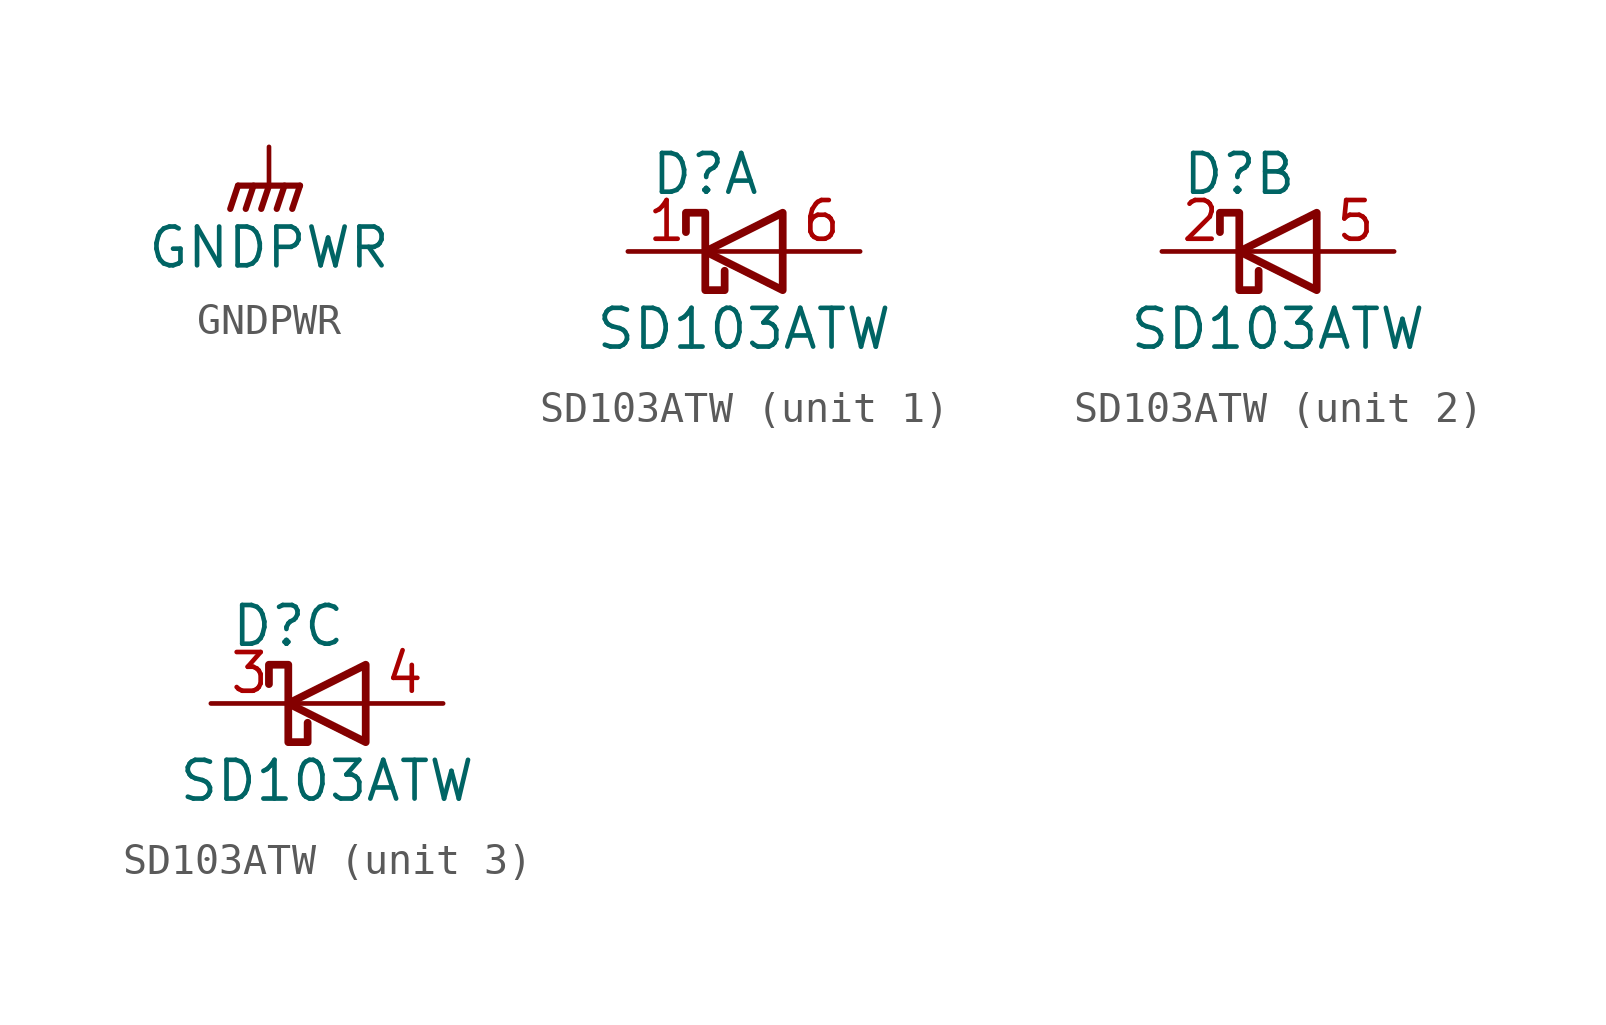
<source format=kicad_sym>
(kicad_symbol_lib
  (version 20231120)
  (generator "kicad_symbol_editor")
  (generator_version "8.0")
  (symbol "GNDPWR"
    (power)
    (pin_names
      (offset 0))
    (property "Reference" "#PWR"
      (at 0 -5.08 0)
      (effects (font (size 1.27 1.27)) (hide yes)))
    (property "Value" "GNDPWR"
      (at 0 -3.302 0)
      (effects (font (size 1.27 1.27))))
    (symbol "GNDPWR_0_1"
      (polyline (pts (xy 0 -1.27) (xy 0 0)) (stroke (width 0) (type default)) (fill (type none)))
      (polyline (pts (xy -1.016 -1.27) (xy -1.27 -2.032) (xy -1.27 -2.032)) (stroke (width 0.203) (type default)) (fill (type none)))
      (polyline (pts (xy -0.508 -1.27) (xy -0.762 -2.032) (xy -0.762 -2.032)) (stroke (width 0.203) (type default)) (fill (type none)))
      (polyline (pts (xy 0 -1.27) (xy -0.254 -2.032) (xy -0.254 -2.032)) (stroke (width 0.203) (type default)) (fill (type none)))
      (polyline (pts (xy 0.508 -1.27) (xy 0.254 -2.032) (xy 0.254 -2.032)) (stroke (width 0.203) (type default)) (fill (type none)))
      (polyline (pts (xy 1.016 -1.27) (xy -1.016 -1.27) (xy -1.016 -1.27)) (stroke (width 0.203) (type default)) (fill (type none)))
      (polyline (pts (xy 1.016 -1.27) (xy 0.762 -2.032) (xy 0.762 -2.032) (xy 0.762 -2.032)) (stroke (width 0.203) (type default)) (fill (type none))))
    (symbol "GNDPWR_1_1"
      (pin power_in line (at 0 0 270) (length 0) hide (name "GNDPWR" (effects (font (size 1.27 1.27)))) (number "1" (effects (font (size 1.27 1.27)))))))
  (symbol "SD103ATW"
    (pin_names hide)
    (property "Reference" "D"
      (at -1.27 2.54 0)
      (effects (font (size 1.27 1.27))))
    (property "Value" "SD103ATW"
      (at 0 -2.54 0)
      (effects (font (size 1.27 1.27))))
    (symbol "SD103ATW_0_1"
      (polyline (pts (xy 1.27 0) (xy -1.27 0)) (stroke (width 0) (type default)) (fill (type none)))
      (polyline (pts (xy 1.27 1.27) (xy 1.27 -1.27) (xy -1.27 0) (xy 1.27 1.27)) (stroke (width 0.254) (type default)) (fill (type none)))
      (polyline (pts (xy -1.905 0.635) (xy -1.905 1.27) (xy -1.27 1.27) (xy -1.27 -1.27) (xy -0.635 -1.27) (xy -0.635 -0.635)) (stroke (width 0.254) (type default)) (fill (type none))))
    (symbol "SD103ATW_1_1"
      (pin passive line (at -3.81 0 0) (length 2.54) (name "K" (effects (font (size 1.27 1.27)))) (number "1" (effects (font (size 1.27 1.27)))))
      (pin passive line (at 3.81 0 180) (length 2.54) (name "A" (effects (font (size 1.27 1.27)))) (number "6" (effects (font (size 1.27 1.27))))))
    (symbol "SD103ATW_2_1"
      (pin passive line (at -3.81 0 0) (length 2.54) (name "K" (effects (font (size 1.27 1.27)))) (number "2" (effects (font (size 1.27 1.27)))))
      (pin passive line (at 3.81 0 180) (length 2.54) (name "A" (effects (font (size 1.27 1.27)))) (number "5" (effects (font (size 1.27 1.27))))))
    (symbol "SD103ATW_3_1"
      (pin passive line (at -3.81 0 0) (length 2.54) (name "K" (effects (font (size 1.27 1.27)))) (number "3" (effects (font (size 1.27 1.27)))))
      (pin passive line (at 3.81 0 180) (length 2.54) (name "A" (effects (font (size 1.27 1.27)))) (number "4" (effects (font (size 1.27 1.27))))))))
</source>
